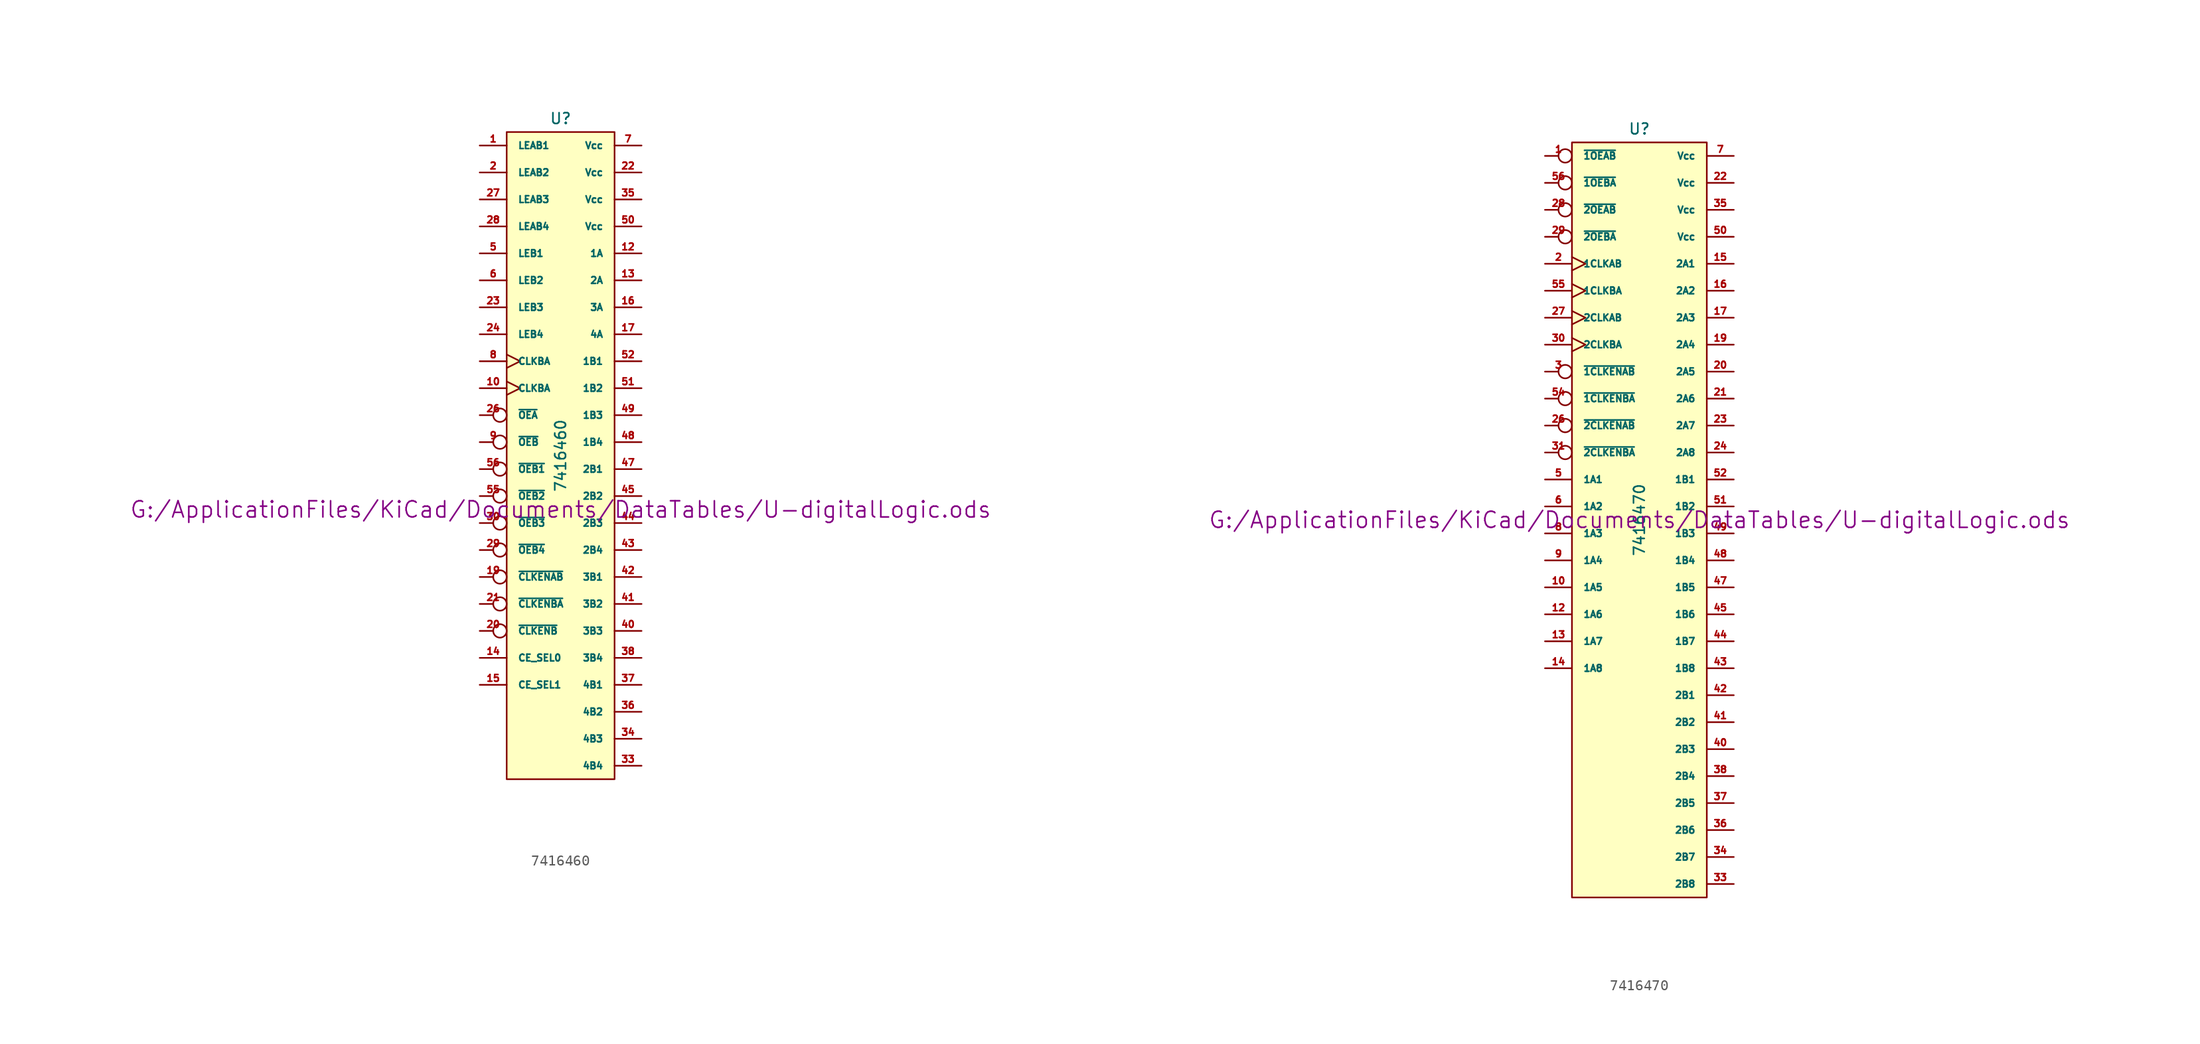
<source format=kicad_sym>
(kicad_symbol_lib
  (version 20211014)
  (generator kicad_symbol_editor)
  (symbol "7416460"
    (pin_names
      (offset 1.016))
    (property "Reference" "U"
      (at 0 31.75 0)
      (effects (font (size 1.016 1.016))))
    (property "Value" "7416460"
      (at 0 0 90)
      (effects (font (size 1.016 1.016))))
    (property "Footprint" ""
      (at 0 -5.08 0)
      (effects (font (size 1.524 1.524))))
    (property "Datasheet" "G:/ApplicationFiles/KiCad/Documents/DataTables/U-digitalLogic.ods"
      (at 0 -5.08 0)
      (effects (font (size 1.524 1.524))))
    (symbol "7416460_0_1"
      (rectangle (start -5.08 30.48) (end 5.08 -30.48) (stroke (width 0) (type default) (color 0 0 0 0)) (fill (type background))))
    (symbol "7416460_1_0"
      (pin power_in line (at -3.81 -30.48 270) (length 0) hide (name "DGND" (effects (font (size 0.762 0.762)))) (number "11" (effects (font (size 0.762 0.762)))))
      (pin power_in line (at -2.54 -30.48 270) (length 0) hide (name "DGND" (effects (font (size 0.762 0.762)))) (number "18" (effects (font (size 0.762 0.762)))))
      (pin power_in line (at -1.27 -30.48 270) (length 0) hide (name "DGND" (effects (font (size 0.762 0.762)))) (number "25" (effects (font (size 0.762 0.762)))))
      (pin power_in line (at 0 -30.48 270) (length 0) hide (name "DGND" (effects (font (size 0.762 0.762)))) (number "32" (effects (font (size 0.762 0.762)))))
      (pin power_in line (at 1.27 -30.48 270) (length 0) hide (name "DGND" (effects (font (size 0.762 0.762)))) (number "39" (effects (font (size 0.762 0.762)))))
      (pin power_in line (at -5.08 -30.48 270) (length 0) hide (name "DGND" (effects (font (size 0.762 0.762)))) (number "4" (effects (font (size 0.762 0.762)))))
      (pin power_in line (at 2.54 -30.48 270) (length 0) hide (name "DGND" (effects (font (size 0.762 0.762)))) (number "46" (effects (font (size 0.762 0.762)))))
      (pin power_in line (at 3.81 -30.48 270) (length 0) hide (name "DGND" (effects (font (size 0.762 0.762)))) (number "53" (effects (font (size 0.762 0.762))))))
    (symbol "7416460_1_1"
      (pin input line (at -7.62 29.21 0) (length 2.54) (name "LEAB1" (effects (font (size 0.635 0.635)))) (number "1" (effects (font (size 0.635 0.635)))))
      (pin input clock (at -7.62 6.35 0) (length 2.54) (name "CLKBA" (effects (font (size 0.635 0.635)))) (number "10" (effects (font (size 0.635 0.635)))))
      (pin bidirectional line (at 7.62 19.05 180) (length 2.54) (name "1A" (effects (font (size 0.635 0.635)))) (number "12" (effects (font (size 0.635 0.635)))))
      (pin bidirectional line (at 7.62 16.51 180) (length 2.54) (name "2A" (effects (font (size 0.635 0.635)))) (number "13" (effects (font (size 0.635 0.635)))))
      (pin input line (at -7.62 -19.05 0) (length 2.54) (name "CE_SEL0" (effects (font (size 0.635 0.635)))) (number "14" (effects (font (size 0.635 0.635)))))
      (pin input line (at -7.62 -21.59 0) (length 2.54) (name "CE_SEL1" (effects (font (size 0.635 0.635)))) (number "15" (effects (font (size 0.635 0.635)))))
      (pin bidirectional line (at 7.62 13.97 180) (length 2.54) (name "3A" (effects (font (size 0.635 0.635)))) (number "16" (effects (font (size 0.635 0.635)))))
      (pin bidirectional line (at 7.62 11.43 180) (length 2.54) (name "4A" (effects (font (size 0.635 0.635)))) (number "17" (effects (font (size 0.635 0.635)))))
      (pin input inverted (at -7.62 -11.43 0) (length 2.54) (name "~{CLKENAB}" (effects (font (size 0.635 0.635)))) (number "19" (effects (font (size 0.635 0.635)))))
      (pin input line (at -7.62 26.67 0) (length 2.54) (name "LEAB2" (effects (font (size 0.635 0.635)))) (number "2" (effects (font (size 0.635 0.635)))))
      (pin input inverted (at -7.62 -16.51 0) (length 2.54) (name "~{CLKENB}" (effects (font (size 0.635 0.635)))) (number "20" (effects (font (size 0.635 0.635)))))
      (pin input inverted (at -7.62 -13.97 0) (length 2.54) (name "~{CLKENBA}" (effects (font (size 0.635 0.635)))) (number "21" (effects (font (size 0.635 0.635)))))
      (pin power_in line (at 7.62 26.67 180) (length 2.54) (name "Vcc" (effects (font (size 0.635 0.635)))) (number "22" (effects (font (size 0.635 0.635)))))
      (pin input line (at -7.62 13.97 0) (length 2.54) (name "LEB3" (effects (font (size 0.635 0.635)))) (number "23" (effects (font (size 0.635 0.635)))))
      (pin input line (at -7.62 11.43 0) (length 2.54) (name "LEB4" (effects (font (size 0.635 0.635)))) (number "24" (effects (font (size 0.635 0.635)))))
      (pin input inverted (at -7.62 3.81 0) (length 2.54) (name "~{OEA}" (effects (font (size 0.635 0.635)))) (number "26" (effects (font (size 0.635 0.635)))))
      (pin input line (at -7.62 24.13 0) (length 2.54) (name "LEAB3" (effects (font (size 0.635 0.635)))) (number "27" (effects (font (size 0.635 0.635)))))
      (pin input line (at -7.62 21.59 0) (length 2.54) (name "LEAB4" (effects (font (size 0.635 0.635)))) (number "28" (effects (font (size 0.635 0.635)))))
      (pin input inverted (at -7.62 -8.89 0) (length 2.54) (name "~{OEB4}" (effects (font (size 0.635 0.635)))) (number "29" (effects (font (size 0.635 0.635)))))
      (pin input inverted (at -7.62 -6.35 0) (length 2.54) (name "~{OEB3}" (effects (font (size 0.635 0.635)))) (number "30" (effects (font (size 0.635 0.635)))))
      (pin bidirectional line (at 7.62 -29.21 180) (length 2.54) (name "4B4" (effects (font (size 0.635 0.635)))) (number "33" (effects (font (size 0.635 0.635)))))
      (pin bidirectional line (at 7.62 -26.67 180) (length 2.54) (name "4B3" (effects (font (size 0.635 0.635)))) (number "34" (effects (font (size 0.635 0.635)))))
      (pin power_in line (at 7.62 24.13 180) (length 2.54) (name "Vcc" (effects (font (size 0.635 0.635)))) (number "35" (effects (font (size 0.635 0.635)))))
      (pin bidirectional line (at 7.62 -24.13 180) (length 2.54) (name "4B2" (effects (font (size 0.635 0.635)))) (number "36" (effects (font (size 0.635 0.635)))))
      (pin bidirectional line (at 7.62 -21.59 180) (length 2.54) (name "4B1" (effects (font (size 0.635 0.635)))) (number "37" (effects (font (size 0.635 0.635)))))
      (pin bidirectional line (at 7.62 -19.05 180) (length 2.54) (name "3B4" (effects (font (size 0.635 0.635)))) (number "38" (effects (font (size 0.635 0.635)))))
      (pin bidirectional line (at 7.62 -16.51 180) (length 2.54) (name "3B3" (effects (font (size 0.635 0.635)))) (number "40" (effects (font (size 0.635 0.635)))))
      (pin bidirectional line (at 7.62 -13.97 180) (length 2.54) (name "3B2" (effects (font (size 0.635 0.635)))) (number "41" (effects (font (size 0.635 0.635)))))
      (pin bidirectional line (at 7.62 -11.43 180) (length 2.54) (name "3B1" (effects (font (size 0.635 0.635)))) (number "42" (effects (font (size 0.635 0.635)))))
      (pin bidirectional line (at 7.62 -8.89 180) (length 2.54) (name "2B4" (effects (font (size 0.635 0.635)))) (number "43" (effects (font (size 0.635 0.635)))))
      (pin bidirectional line (at 7.62 -6.35 180) (length 2.54) (name "2B3" (effects (font (size 0.635 0.635)))) (number "44" (effects (font (size 0.635 0.635)))))
      (pin bidirectional line (at 7.62 -3.81 180) (length 2.54) (name "2B2" (effects (font (size 0.635 0.635)))) (number "45" (effects (font (size 0.635 0.635)))))
      (pin bidirectional line (at 7.62 -1.27 180) (length 2.54) (name "2B1" (effects (font (size 0.635 0.635)))) (number "47" (effects (font (size 0.635 0.635)))))
      (pin bidirectional line (at 7.62 1.27 180) (length 2.54) (name "1B4" (effects (font (size 0.635 0.635)))) (number "48" (effects (font (size 0.635 0.635)))))
      (pin bidirectional line (at 7.62 3.81 180) (length 2.54) (name "1B3" (effects (font (size 0.635 0.635)))) (number "49" (effects (font (size 0.635 0.635)))))
      (pin input line (at -7.62 19.05 0) (length 2.54) (name "LEB1" (effects (font (size 0.635 0.635)))) (number "5" (effects (font (size 0.635 0.635)))))
      (pin power_in line (at 7.62 21.59 180) (length 2.54) (name "Vcc" (effects (font (size 0.635 0.635)))) (number "50" (effects (font (size 0.635 0.635)))))
      (pin bidirectional line (at 7.62 6.35 180) (length 2.54) (name "1B2" (effects (font (size 0.635 0.635)))) (number "51" (effects (font (size 0.635 0.635)))))
      (pin bidirectional line (at 7.62 8.89 180) (length 2.54) (name "1B1" (effects (font (size 0.635 0.635)))) (number "52" (effects (font (size 0.635 0.635)))))
      (pin input inverted (at -7.62 -3.81 0) (length 2.54) (name "~{OEB2}" (effects (font (size 0.635 0.635)))) (number "55" (effects (font (size 0.635 0.635)))))
      (pin input inverted (at -7.62 -1.27 0) (length 2.54) (name "~{OEB1}" (effects (font (size 0.635 0.635)))) (number "56" (effects (font (size 0.635 0.635)))))
      (pin input line (at -7.62 16.51 0) (length 2.54) (name "LEB2" (effects (font (size 0.635 0.635)))) (number "6" (effects (font (size 0.635 0.635)))))
      (pin power_in line (at 7.62 29.21 180) (length 2.54) (name "Vcc" (effects (font (size 0.635 0.635)))) (number "7" (effects (font (size 0.635 0.635)))))
      (pin input clock (at -7.62 8.89 0) (length 2.54) (name "CLKBA" (effects (font (size 0.635 0.635)))) (number "8" (effects (font (size 0.635 0.635)))))
      (pin input inverted (at -7.62 1.27 0) (length 2.54) (name "~{OEB}" (effects (font (size 0.635 0.635)))) (number "9" (effects (font (size 0.635 0.635)))))))
  (symbol "7416470"
    (pin_names
      (offset 1.016))
    (property "Reference" "U"
      (at 0 36.83 0)
      (effects (font (size 1.016 1.016))))
    (property "Value" "7416470"
      (at 0 0 90)
      (effects (font (size 1.016 1.016))))
    (property "Footprint" ""
      (at 0 0 0)
      (effects (font (size 1.524 1.524))))
    (property "Datasheet" "G:/ApplicationFiles/KiCad/Documents/DataTables/U-digitalLogic.ods"
      (at 0 0 0)
      (effects (font (size 1.524 1.524))))
    (symbol "7416470_0_1"
      (rectangle (start -6.35 35.56) (end 6.35 -35.56) (stroke (width 0) (type default) (color 0 0 0 0)) (fill (type background))))
    (symbol "7416470_1_0"
      (pin power_in line (at -6.35 -19.05 0) (length 0) hide (name "DGND" (effects (font (size 0.762 0.762)))) (number "11" (effects (font (size 0.762 0.762)))))
      (pin power_in line (at -6.35 -21.59 0) (length 0) hide (name "DGND" (effects (font (size 0.762 0.762)))) (number "18" (effects (font (size 0.762 0.762)))))
      (pin power_in line (at -6.35 -24.13 0) (length 0) hide (name "DGND" (effects (font (size 0.762 0.762)))) (number "25" (effects (font (size 0.762 0.762)))))
      (pin power_in line (at -6.35 -26.67 0) (length 0) hide (name "DGND" (effects (font (size 0.762 0.762)))) (number "32" (effects (font (size 0.762 0.762)))))
      (pin power_in line (at -6.35 -29.21 0) (length 0) hide (name "DGND" (effects (font (size 0.762 0.762)))) (number "39" (effects (font (size 0.762 0.762)))))
      (pin power_in line (at -6.35 -16.51 0) (length 0) hide (name "DGND" (effects (font (size 0.762 0.762)))) (number "4" (effects (font (size 0.762 0.762)))))
      (pin power_in line (at -6.35 -31.75 0) (length 0) hide (name "DGND" (effects (font (size 0.762 0.762)))) (number "46" (effects (font (size 0.762 0.762)))))
      (pin power_in line (at -6.35 -34.29 0) (length 0) hide (name "DGND" (effects (font (size 0.762 0.762)))) (number "53" (effects (font (size 0.762 0.762))))))
    (symbol "7416470_1_1"
      (pin input inverted (at -8.89 34.29 0) (length 2.54) (name "~{1OEAB}" (effects (font (size 0.635 0.635)))) (number "1" (effects (font (size 0.635 0.635)))))
      (pin bidirectional line (at -8.89 -6.35 0) (length 2.54) (name "1A5" (effects (font (size 0.635 0.635)))) (number "10" (effects (font (size 0.635 0.635)))))
      (pin bidirectional line (at -8.89 -8.89 0) (length 2.54) (name "1A6" (effects (font (size 0.635 0.635)))) (number "12" (effects (font (size 0.635 0.635)))))
      (pin bidirectional line (at -8.89 -11.43 0) (length 2.54) (name "1A7" (effects (font (size 0.635 0.635)))) (number "13" (effects (font (size 0.635 0.635)))))
      (pin bidirectional line (at -8.89 -13.97 0) (length 2.54) (name "1A8" (effects (font (size 0.635 0.635)))) (number "14" (effects (font (size 0.635 0.635)))))
      (pin bidirectional line (at 8.89 24.13 180) (length 2.54) (name "2A1" (effects (font (size 0.635 0.635)))) (number "15" (effects (font (size 0.635 0.635)))))
      (pin bidirectional line (at 8.89 21.59 180) (length 2.54) (name "2A2" (effects (font (size 0.635 0.635)))) (number "16" (effects (font (size 0.635 0.635)))))
      (pin bidirectional line (at 8.89 19.05 180) (length 2.54) (name "2A3" (effects (font (size 0.635 0.635)))) (number "17" (effects (font (size 0.635 0.635)))))
      (pin bidirectional line (at 8.89 16.51 180) (length 2.54) (name "2A4" (effects (font (size 0.635 0.635)))) (number "19" (effects (font (size 0.635 0.635)))))
      (pin input clock (at -8.89 24.13 0) (length 2.54) (name "1CLKAB" (effects (font (size 0.635 0.635)))) (number "2" (effects (font (size 0.635 0.635)))))
      (pin bidirectional line (at 8.89 13.97 180) (length 2.54) (name "2A5" (effects (font (size 0.635 0.635)))) (number "20" (effects (font (size 0.635 0.635)))))
      (pin bidirectional line (at 8.89 11.43 180) (length 2.54) (name "2A6" (effects (font (size 0.635 0.635)))) (number "21" (effects (font (size 0.635 0.635)))))
      (pin power_in line (at 8.89 31.75 180) (length 2.54) (name "Vcc" (effects (font (size 0.635 0.635)))) (number "22" (effects (font (size 0.635 0.635)))))
      (pin bidirectional line (at 8.89 8.89 180) (length 2.54) (name "2A7" (effects (font (size 0.635 0.635)))) (number "23" (effects (font (size 0.635 0.635)))))
      (pin bidirectional line (at 8.89 6.35 180) (length 2.54) (name "2A8" (effects (font (size 0.635 0.635)))) (number "24" (effects (font (size 0.635 0.635)))))
      (pin input inverted (at -8.89 8.89 0) (length 2.54) (name "~{2CLKENAB}" (effects (font (size 0.635 0.635)))) (number "26" (effects (font (size 0.635 0.635)))))
      (pin input clock (at -8.89 19.05 0) (length 2.54) (name "2CLKAB" (effects (font (size 0.635 0.635)))) (number "27" (effects (font (size 0.635 0.635)))))
      (pin input inverted (at -8.89 29.21 0) (length 2.54) (name "~{2OEAB}" (effects (font (size 0.635 0.635)))) (number "28" (effects (font (size 0.635 0.635)))))
      (pin input inverted (at -8.89 26.67 0) (length 2.54) (name "~{2OEBA}" (effects (font (size 0.635 0.635)))) (number "29" (effects (font (size 0.635 0.635)))))
      (pin input inverted (at -8.89 13.97 0) (length 2.54) (name "~{1CLKENAB}" (effects (font (size 0.635 0.635)))) (number "3" (effects (font (size 0.635 0.635)))))
      (pin input clock (at -8.89 16.51 0) (length 2.54) (name "2CLKBA" (effects (font (size 0.635 0.635)))) (number "30" (effects (font (size 0.635 0.635)))))
      (pin input inverted (at -8.89 6.35 0) (length 2.54) (name "~{2CLKENBA}" (effects (font (size 0.635 0.635)))) (number "31" (effects (font (size 0.635 0.635)))))
      (pin bidirectional line (at 8.89 -34.29 180) (length 2.54) (name "2B8" (effects (font (size 0.635 0.635)))) (number "33" (effects (font (size 0.635 0.635)))))
      (pin bidirectional line (at 8.89 -31.75 180) (length 2.54) (name "2B7" (effects (font (size 0.635 0.635)))) (number "34" (effects (font (size 0.635 0.635)))))
      (pin power_in line (at 8.89 29.21 180) (length 2.54) (name "Vcc" (effects (font (size 0.635 0.635)))) (number "35" (effects (font (size 0.635 0.635)))))
      (pin bidirectional line (at 8.89 -29.21 180) (length 2.54) (name "2B6" (effects (font (size 0.635 0.635)))) (number "36" (effects (font (size 0.635 0.635)))))
      (pin bidirectional line (at 8.89 -26.67 180) (length 2.54) (name "2B5" (effects (font (size 0.635 0.635)))) (number "37" (effects (font (size 0.635 0.635)))))
      (pin bidirectional line (at 8.89 -24.13 180) (length 2.54) (name "2B4" (effects (font (size 0.635 0.635)))) (number "38" (effects (font (size 0.635 0.635)))))
      (pin bidirectional line (at 8.89 -21.59 180) (length 2.54) (name "2B3" (effects (font (size 0.635 0.635)))) (number "40" (effects (font (size 0.635 0.635)))))
      (pin bidirectional line (at 8.89 -19.05 180) (length 2.54) (name "2B2" (effects (font (size 0.635 0.635)))) (number "41" (effects (font (size 0.635 0.635)))))
      (pin bidirectional line (at 8.89 -16.51 180) (length 2.54) (name "2B1" (effects (font (size 0.635 0.635)))) (number "42" (effects (font (size 0.635 0.635)))))
      (pin bidirectional line (at 8.89 -13.97 180) (length 2.54) (name "1B8" (effects (font (size 0.635 0.635)))) (number "43" (effects (font (size 0.635 0.635)))))
      (pin bidirectional line (at 8.89 -11.43 180) (length 2.54) (name "1B7" (effects (font (size 0.635 0.635)))) (number "44" (effects (font (size 0.635 0.635)))))
      (pin bidirectional line (at 8.89 -8.89 180) (length 2.54) (name "1B6" (effects (font (size 0.635 0.635)))) (number "45" (effects (font (size 0.635 0.635)))))
      (pin bidirectional line (at 8.89 -6.35 180) (length 2.54) (name "1B5" (effects (font (size 0.635 0.635)))) (number "47" (effects (font (size 0.635 0.635)))))
      (pin bidirectional line (at 8.89 -3.81 180) (length 2.54) (name "1B4" (effects (font (size 0.635 0.635)))) (number "48" (effects (font (size 0.635 0.635)))))
      (pin bidirectional line (at 8.89 -1.27 180) (length 2.54) (name "1B3" (effects (font (size 0.635 0.635)))) (number "49" (effects (font (size 0.635 0.635)))))
      (pin bidirectional line (at -8.89 3.81 0) (length 2.54) (name "1A1" (effects (font (size 0.635 0.635)))) (number "5" (effects (font (size 0.635 0.635)))))
      (pin power_in line (at 8.89 26.67 180) (length 2.54) (name "Vcc" (effects (font (size 0.635 0.635)))) (number "50" (effects (font (size 0.635 0.635)))))
      (pin bidirectional line (at 8.89 1.27 180) (length 2.54) (name "1B2" (effects (font (size 0.635 0.635)))) (number "51" (effects (font (size 0.635 0.635)))))
      (pin bidirectional line (at 8.89 3.81 180) (length 2.54) (name "1B1" (effects (font (size 0.635 0.635)))) (number "52" (effects (font (size 0.635 0.635)))))
      (pin input inverted (at -8.89 11.43 0) (length 2.54) (name "~{1CLKENBA}" (effects (font (size 0.635 0.635)))) (number "54" (effects (font (size 0.635 0.635)))))
      (pin input clock (at -8.89 21.59 0) (length 2.54) (name "1CLKBA" (effects (font (size 0.635 0.635)))) (number "55" (effects (font (size 0.635 0.635)))))
      (pin input inverted (at -8.89 31.75 0) (length 2.54) (name "~{1OEBA}" (effects (font (size 0.635 0.635)))) (number "56" (effects (font (size 0.635 0.635)))))
      (pin bidirectional line (at -8.89 1.27 0) (length 2.54) (name "1A2" (effects (font (size 0.635 0.635)))) (number "6" (effects (font (size 0.635 0.635)))))
      (pin power_in line (at 8.89 34.29 180) (length 2.54) (name "Vcc" (effects (font (size 0.635 0.635)))) (number "7" (effects (font (size 0.635 0.635)))))
      (pin bidirectional line (at -8.89 -1.27 0) (length 2.54) (name "1A3" (effects (font (size 0.635 0.635)))) (number "8" (effects (font (size 0.635 0.635)))))
      (pin bidirectional line (at -8.89 -3.81 0) (length 2.54) (name "1A4" (effects (font (size 0.635 0.635)))) (number "9" (effects (font (size 0.635 0.635))))))))
</source>
